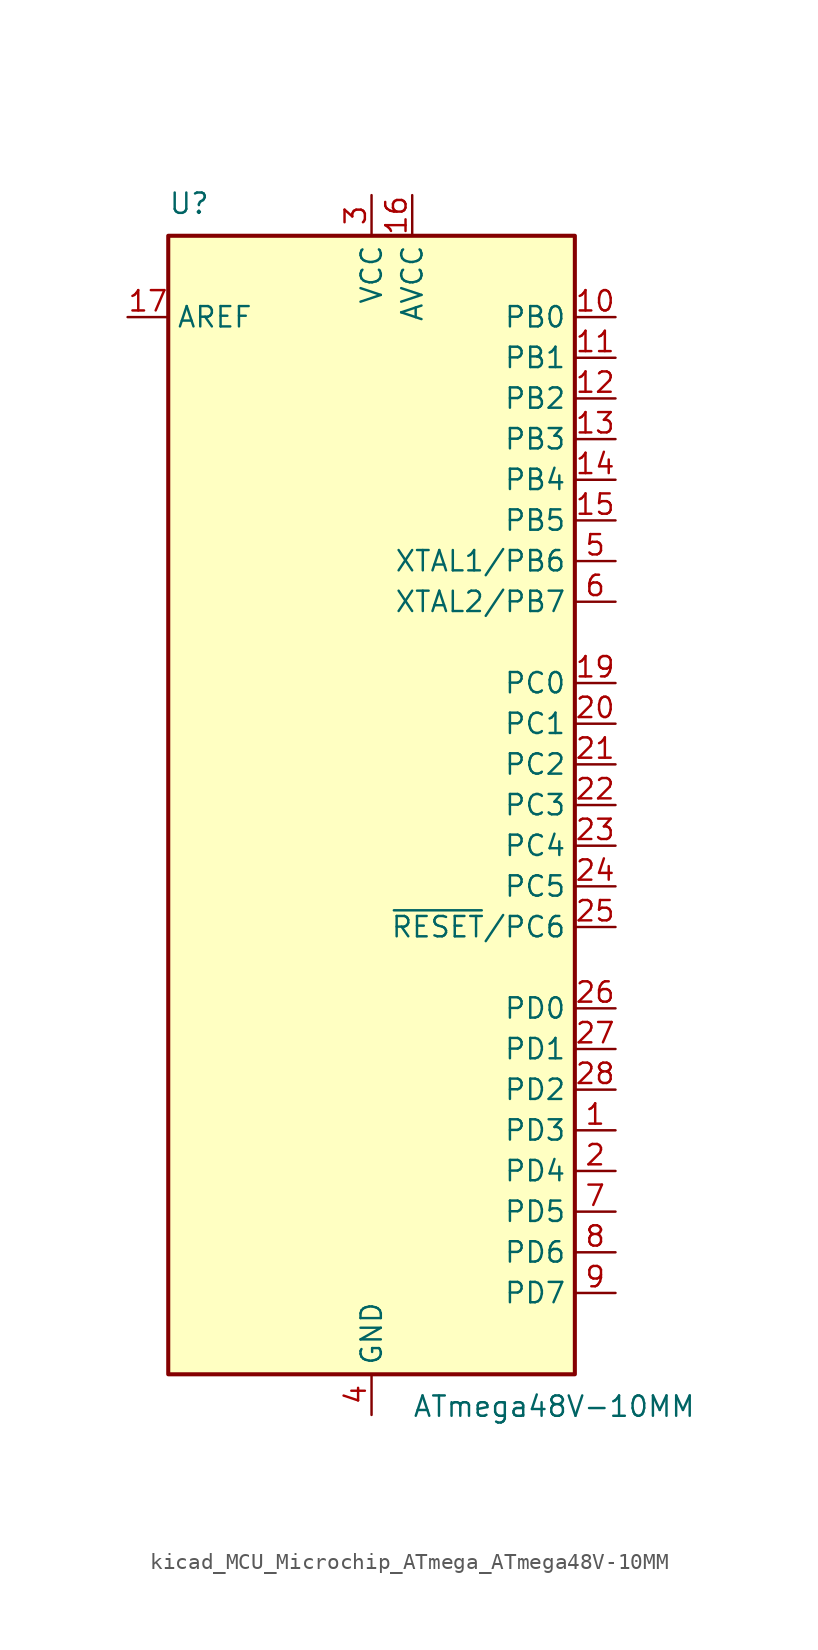
<source format=kicad_sym>
(kicad_symbol_lib
  (version 20220914)
  (generator kicad_symbol_editor)
  (symbol "kicad_MCU_Microchip_ATmega_ATmega48V-10MM"
    (property "Reference" "U"
      (at -12.7 36.83 0)
      (effects (font (size 1.27 1.27)) (justify left bottom)))
    (property "Value" "ATmega48V-10MM"
      (at 2.54 -36.83 0)
      (effects (font (size 1.27 1.27)) (justify left top)))
    (symbol "kicad_MCU_Microchip_ATmega_ATmega48V-10MM_0_1"
      (rectangle (start -12.7 -35.56) (end 12.7 35.56) (stroke (width 0.254) (type default)) (fill (type background))))
    (symbol "kicad_MCU_Microchip_ATmega_ATmega48V-10MM_1_1"
      (pin bidirectional line (at 15.24 -20.32 180) (length 2.54) (name "PD3" (effects (font (size 1.27 1.27)))) (number "1" (effects (font (size 1.27 1.27)))))
      (pin bidirectional line (at 15.24 30.48 180) (length 2.54) (name "PB0" (effects (font (size 1.27 1.27)))) (number "10" (effects (font (size 1.27 1.27)))))
      (pin bidirectional line (at 15.24 27.94 180) (length 2.54) (name "PB1" (effects (font (size 1.27 1.27)))) (number "11" (effects (font (size 1.27 1.27)))))
      (pin bidirectional line (at 15.24 25.4 180) (length 2.54) (name "PB2" (effects (font (size 1.27 1.27)))) (number "12" (effects (font (size 1.27 1.27)))))
      (pin bidirectional line (at 15.24 22.86 180) (length 2.54) (name "PB3" (effects (font (size 1.27 1.27)))) (number "13" (effects (font (size 1.27 1.27)))))
      (pin bidirectional line (at 15.24 20.32 180) (length 2.54) (name "PB4" (effects (font (size 1.27 1.27)))) (number "14" (effects (font (size 1.27 1.27)))))
      (pin bidirectional line (at 15.24 17.78 180) (length 2.54) (name "PB5" (effects (font (size 1.27 1.27)))) (number "15" (effects (font (size 1.27 1.27)))))
      (pin power_in line (at 2.54 38.1 270) (length 2.54) (name "AVCC" (effects (font (size 1.27 1.27)))) (number "16" (effects (font (size 1.27 1.27)))))
      (pin passive line (at -15.24 30.48 0) (length 2.54) (name "AREF" (effects (font (size 1.27 1.27)))) (number "17" (effects (font (size 1.27 1.27)))))
      (pin passive line (at 0 -38.1 90) (length 2.54) hide (name "GND" (effects (font (size 1.27 1.27)))) (number "18" (effects (font (size 1.27 1.27)))))
      (pin bidirectional line (at 15.24 7.62 180) (length 2.54) (name "PC0" (effects (font (size 1.27 1.27)))) (number "19" (effects (font (size 1.27 1.27)))))
      (pin bidirectional line (at 15.24 -22.86 180) (length 2.54) (name "PD4" (effects (font (size 1.27 1.27)))) (number "2" (effects (font (size 1.27 1.27)))))
      (pin bidirectional line (at 15.24 5.08 180) (length 2.54) (name "PC1" (effects (font (size 1.27 1.27)))) (number "20" (effects (font (size 1.27 1.27)))))
      (pin bidirectional line (at 15.24 2.54 180) (length 2.54) (name "PC2" (effects (font (size 1.27 1.27)))) (number "21" (effects (font (size 1.27 1.27)))))
      (pin bidirectional line (at 15.24 0 180) (length 2.54) (name "PC3" (effects (font (size 1.27 1.27)))) (number "22" (effects (font (size 1.27 1.27)))))
      (pin bidirectional line (at 15.24 -2.54 180) (length 2.54) (name "PC4" (effects (font (size 1.27 1.27)))) (number "23" (effects (font (size 1.27 1.27)))))
      (pin bidirectional line (at 15.24 -5.08 180) (length 2.54) (name "PC5" (effects (font (size 1.27 1.27)))) (number "24" (effects (font (size 1.27 1.27)))))
      (pin bidirectional line (at 15.24 -7.62 180) (length 2.54) (name "~{RESET}/PC6" (effects (font (size 1.27 1.27)))) (number "25" (effects (font (size 1.27 1.27)))))
      (pin bidirectional line (at 15.24 -12.7 180) (length 2.54) (name "PD0" (effects (font (size 1.27 1.27)))) (number "26" (effects (font (size 1.27 1.27)))))
      (pin bidirectional line (at 15.24 -15.24 180) (length 2.54) (name "PD1" (effects (font (size 1.27 1.27)))) (number "27" (effects (font (size 1.27 1.27)))))
      (pin bidirectional line (at 15.24 -17.78 180) (length 2.54) (name "PD2" (effects (font (size 1.27 1.27)))) (number "28" (effects (font (size 1.27 1.27)))))
      (pin passive line (at 0 -38.1 90) (length 2.54) hide (name "GND" (effects (font (size 1.27 1.27)))) (number "29" (effects (font (size 1.27 1.27)))))
      (pin power_in line (at 0 38.1 270) (length 2.54) (name "VCC" (effects (font (size 1.27 1.27)))) (number "3" (effects (font (size 1.27 1.27)))))
      (pin power_in line (at 0 -38.1 90) (length 2.54) (name "GND" (effects (font (size 1.27 1.27)))) (number "4" (effects (font (size 1.27 1.27)))))
      (pin bidirectional line (at 15.24 15.24 180) (length 2.54) (name "XTAL1/PB6" (effects (font (size 1.27 1.27)))) (number "5" (effects (font (size 1.27 1.27)))))
      (pin bidirectional line (at 15.24 12.7 180) (length 2.54) (name "XTAL2/PB7" (effects (font (size 1.27 1.27)))) (number "6" (effects (font (size 1.27 1.27)))))
      (pin bidirectional line (at 15.24 -25.4 180) (length 2.54) (name "PD5" (effects (font (size 1.27 1.27)))) (number "7" (effects (font (size 1.27 1.27)))))
      (pin bidirectional line (at 15.24 -27.94 180) (length 2.54) (name "PD6" (effects (font (size 1.27 1.27)))) (number "8" (effects (font (size 1.27 1.27)))))
      (pin bidirectional line (at 15.24 -30.48 180) (length 2.54) (name "PD7" (effects (font (size 1.27 1.27)))) (number "9" (effects (font (size 1.27 1.27))))))))
</source>
